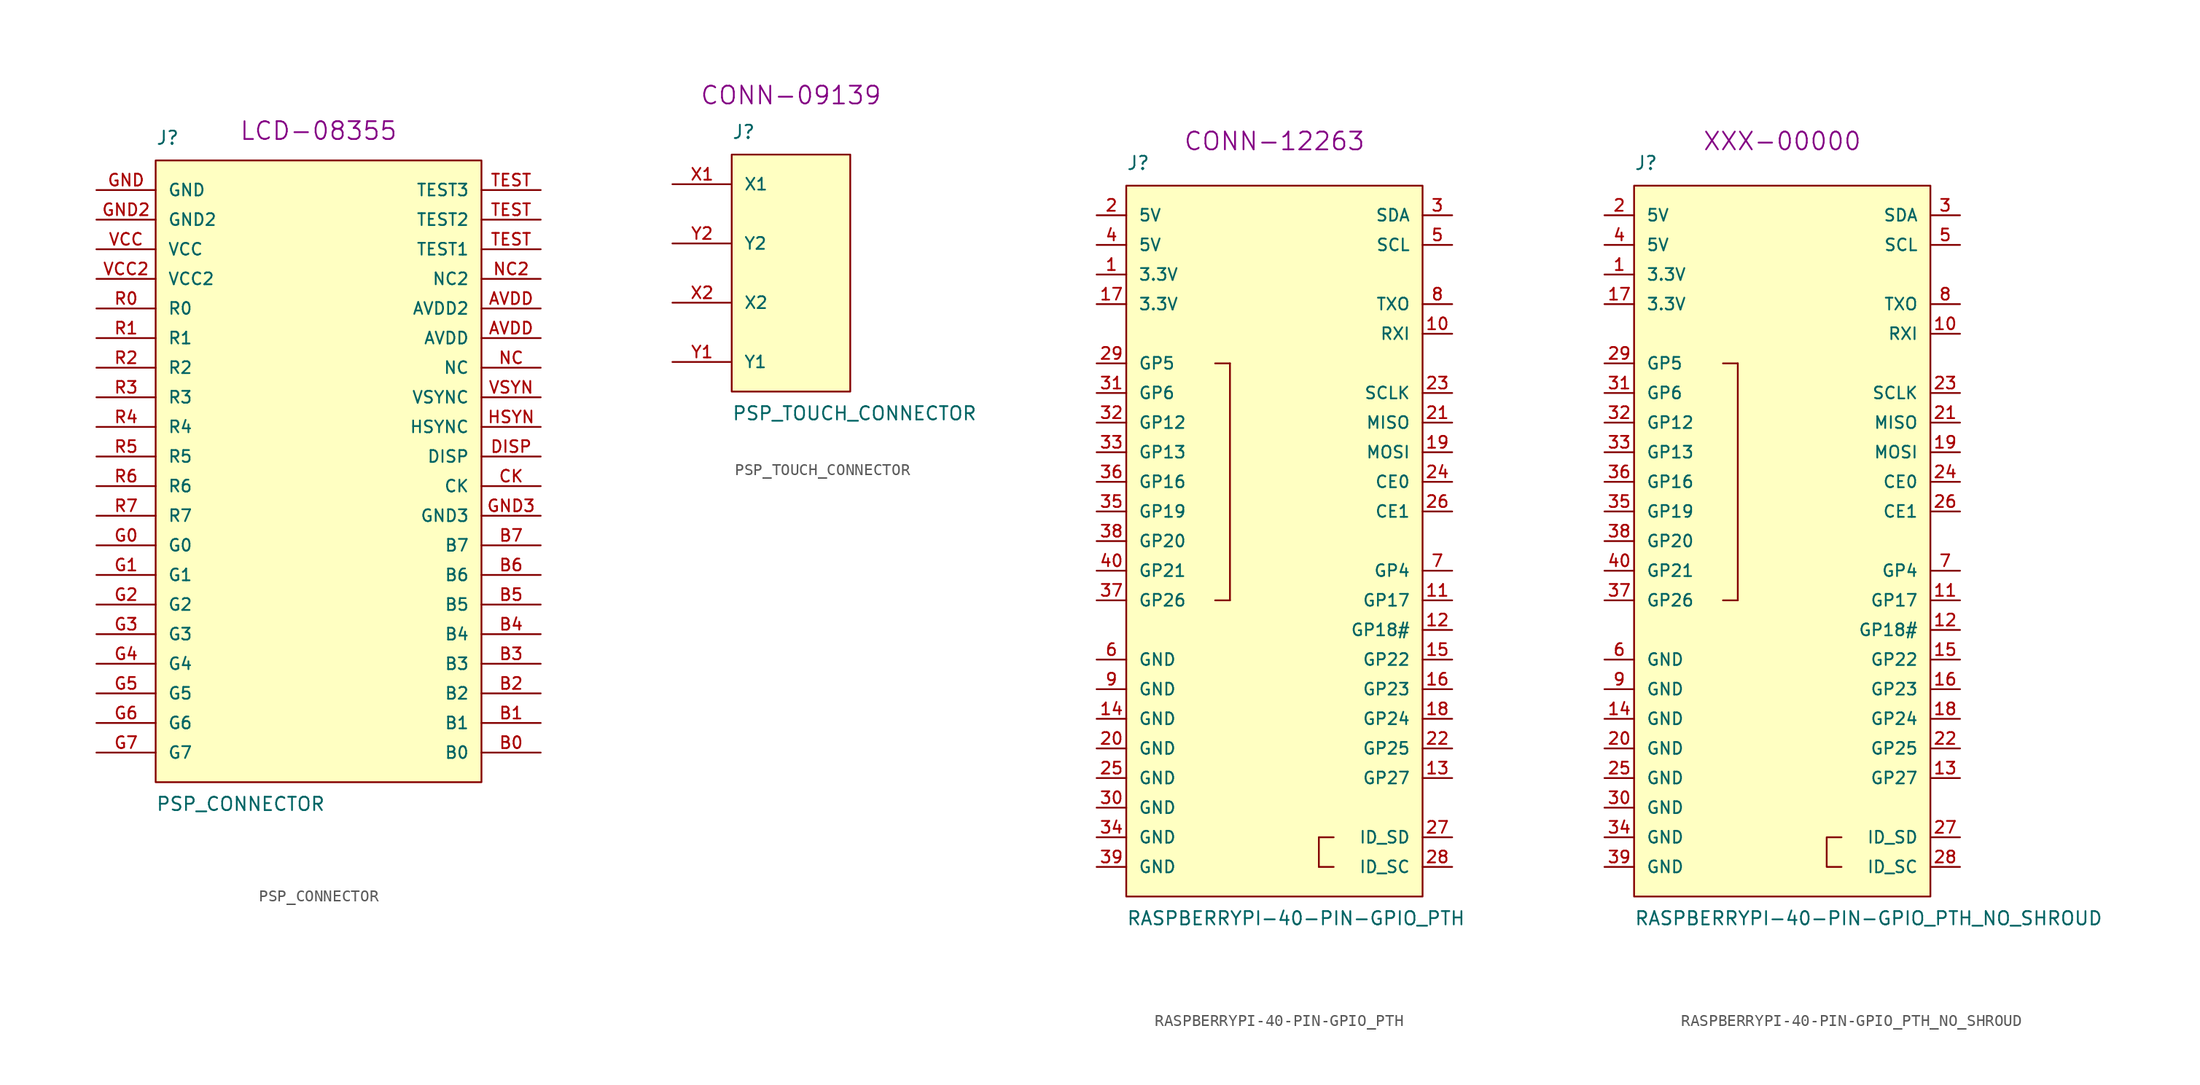
<source format=kicad_sym>
(kicad_symbol_lib
  (version 20201005)
  (generator kicad_symbol_editor)
  (symbol "PSP_CONNECTOR"
    (pin_names
      (offset 1.016))
    (property "Reference" "J"
      (at -13.97 26.67 0)
      (effects (font (size 1.143 1.143)) (justify left bottom)))
    (property "Value" "PSP_CONNECTOR"
      (at -13.97 -30.48 0)
      (effects (font (size 1.143 1.143)) (justify left bottom)))
    (property "Field4" "LCD-08355"
      (at 0 27.94 0)
      (effects (font (size 1.524 1.524))))
    (property "ki_locked" ""
      (at 0 0 0)
      (effects (font (size 1.27 1.27))))
    (symbol "PSP_CONNECTOR_1_1"
      (polyline (pts (xy -13.97 25.4) (xy -13.97 -27.94) (xy 13.97 -27.94) (xy 13.97 25.4) (xy -13.97 25.4)) (stroke (width 0)) (fill (type background)))
      (pin bidirectional line (at 19.05 -25.4 180) (length 5.08) (name "B0" (effects (font (size 1.016 1.016)))) (number "B0" (effects (font (size 1.016 1.016)))))
      (pin bidirectional line (at -19.05 -7.62 0) (length 5.08) (name "G0" (effects (font (size 1.016 1.016)))) (number "G0" (effects (font (size 1.016 1.016)))))
      (pin bidirectional line (at -19.05 12.7 0) (length 5.08) (name "R0" (effects (font (size 1.016 1.016)))) (number "R0" (effects (font (size 1.016 1.016)))))
      (pin bidirectional line (at 19.05 -22.86 180) (length 5.08) (name "B1" (effects (font (size 1.016 1.016)))) (number "B1" (effects (font (size 1.016 1.016)))))
      (pin bidirectional line (at -19.05 -10.16 0) (length 5.08) (name "G1" (effects (font (size 1.016 1.016)))) (number "G1" (effects (font (size 1.016 1.016)))))
      (pin bidirectional line (at -19.05 10.16 0) (length 5.08) (name "R1" (effects (font (size 1.016 1.016)))) (number "R1" (effects (font (size 1.016 1.016)))))
      (pin bidirectional line (at 19.05 -20.32 180) (length 5.08) (name "B2" (effects (font (size 1.016 1.016)))) (number "B2" (effects (font (size 1.016 1.016)))))
      (pin bidirectional line (at -19.05 -12.7 0) (length 5.08) (name "G2" (effects (font (size 1.016 1.016)))) (number "G2" (effects (font (size 1.016 1.016)))))
      (pin bidirectional line (at -19.05 7.62 0) (length 5.08) (name "R2" (effects (font (size 1.016 1.016)))) (number "R2" (effects (font (size 1.016 1.016)))))
      (pin bidirectional line (at 19.05 -17.78 180) (length 5.08) (name "B3" (effects (font (size 1.016 1.016)))) (number "B3" (effects (font (size 1.016 1.016)))))
      (pin bidirectional line (at -19.05 -15.24 0) (length 5.08) (name "G3" (effects (font (size 1.016 1.016)))) (number "G3" (effects (font (size 1.016 1.016)))))
      (pin bidirectional line (at -19.05 5.08 0) (length 5.08) (name "R3" (effects (font (size 1.016 1.016)))) (number "R3" (effects (font (size 1.016 1.016)))))
      (pin bidirectional line (at 19.05 -15.24 180) (length 5.08) (name "B4" (effects (font (size 1.016 1.016)))) (number "B4" (effects (font (size 1.016 1.016)))))
      (pin bidirectional line (at -19.05 -17.78 0) (length 5.08) (name "G4" (effects (font (size 1.016 1.016)))) (number "G4" (effects (font (size 1.016 1.016)))))
      (pin bidirectional line (at -19.05 2.54 0) (length 5.08) (name "R4" (effects (font (size 1.016 1.016)))) (number "R4" (effects (font (size 1.016 1.016)))))
      (pin bidirectional line (at 19.05 -12.7 180) (length 5.08) (name "B5" (effects (font (size 1.016 1.016)))) (number "B5" (effects (font (size 1.016 1.016)))))
      (pin bidirectional line (at -19.05 -20.32 0) (length 5.08) (name "G5" (effects (font (size 1.016 1.016)))) (number "G5" (effects (font (size 1.016 1.016)))))
      (pin bidirectional line (at -19.05 0 0) (length 5.08) (name "R5" (effects (font (size 1.016 1.016)))) (number "R5" (effects (font (size 1.016 1.016)))))
      (pin bidirectional line (at 19.05 -10.16 180) (length 5.08) (name "B6" (effects (font (size 1.016 1.016)))) (number "B6" (effects (font (size 1.016 1.016)))))
      (pin bidirectional line (at -19.05 -22.86 0) (length 5.08) (name "G6" (effects (font (size 1.016 1.016)))) (number "G6" (effects (font (size 1.016 1.016)))))
      (pin bidirectional line (at -19.05 -2.54 0) (length 5.08) (name "R6" (effects (font (size 1.016 1.016)))) (number "R6" (effects (font (size 1.016 1.016)))))
      (pin bidirectional line (at 19.05 -7.62 180) (length 5.08) (name "B7" (effects (font (size 1.016 1.016)))) (number "B7" (effects (font (size 1.016 1.016)))))
      (pin bidirectional line (at -19.05 -25.4 0) (length 5.08) (name "G7" (effects (font (size 1.016 1.016)))) (number "G7" (effects (font (size 1.016 1.016)))))
      (pin bidirectional line (at -19.05 -5.08 0) (length 5.08) (name "R7" (effects (font (size 1.016 1.016)))) (number "R7" (effects (font (size 1.016 1.016)))))
      (pin bidirectional line (at 19.05 7.62 180) (length 5.08) (name "NC" (effects (font (size 1.016 1.016)))) (number "NC" (effects (font (size 1.016 1.016)))))
      (pin bidirectional line (at 19.05 -2.54 180) (length 5.08) (name "CK" (effects (font (size 1.016 1.016)))) (number "CK" (effects (font (size 1.016 1.016)))))
      (pin bidirectional line (at 19.05 15.24 180) (length 5.08) (name "NC2" (effects (font (size 1.016 1.016)))) (number "NC2" (effects (font (size 1.016 1.016)))))
      (pin bidirectional line (at -19.05 17.78 0) (length 5.08) (name "VCC" (effects (font (size 1.016 1.016)))) (number "VCC" (effects (font (size 1.016 1.016)))))
      (pin bidirectional line (at -19.05 22.86 0) (length 5.08) (name "GND" (effects (font (size 1.016 1.016)))) (number "GND" (effects (font (size 1.016 1.016)))))
      (pin bidirectional line (at -19.05 15.24 0) (length 5.08) (name "VCC2" (effects (font (size 1.016 1.016)))) (number "VCC2" (effects (font (size 1.016 1.016)))))
      (pin bidirectional line (at -19.05 20.32 0) (length 5.08) (name "GND2" (effects (font (size 1.016 1.016)))) (number "GND2" (effects (font (size 1.016 1.016)))))
      (pin bidirectional line (at 19.05 -5.08 180) (length 5.08) (name "GND3" (effects (font (size 1.016 1.016)))) (number "GND3" (effects (font (size 1.016 1.016)))))
      (pin bidirectional line (at 19.05 10.16 180) (length 5.08) (name "AVDD" (effects (font (size 1.016 1.016)))) (number "AVDD" (effects (font (size 1.016 1.016)))))
      (pin bidirectional line (at 19.05 12.7 180) (length 5.08) (name "AVDD2" (effects (font (size 1.016 1.016)))) (number "AVDD" (effects (font (size 1.016 1.016)))))
      (pin bidirectional line (at 19.05 2.54 180) (length 5.08) (name "HSYNC" (effects (font (size 1.016 1.016)))) (number "HSYN" (effects (font (size 1.016 1.016)))))
      (pin bidirectional line (at 19.05 5.08 180) (length 5.08) (name "VSYNC" (effects (font (size 1.016 1.016)))) (number "VSYN" (effects (font (size 1.016 1.016)))))
      (pin bidirectional line (at 19.05 0 180) (length 5.08) (name "DISP" (effects (font (size 1.016 1.016)))) (number "DISP" (effects (font (size 1.016 1.016)))))
      (pin bidirectional line (at 19.05 17.78 180) (length 5.08) (name "TEST1" (effects (font (size 1.016 1.016)))) (number "TEST" (effects (font (size 1.016 1.016)))))
      (pin bidirectional line (at 19.05 20.32 180) (length 5.08) (name "TEST2" (effects (font (size 1.016 1.016)))) (number "TEST" (effects (font (size 1.016 1.016)))))
      (pin bidirectional line (at 19.05 22.86 180) (length 5.08) (name "TEST3" (effects (font (size 1.016 1.016)))) (number "TEST" (effects (font (size 1.016 1.016)))))))
  (symbol "PSP_TOUCH_CONNECTOR"
    (pin_names
      (offset 1.016))
    (property "Reference" "J"
      (at -5.08 11.43 0)
      (effects (font (size 1.143 1.143)) (justify left bottom)))
    (property "Value" "PSP_TOUCH_CONNECTOR"
      (at -5.08 -12.7 0)
      (effects (font (size 1.143 1.143)) (justify left bottom)))
    (property "Field4" "CONN-09139"
      (at 0 15.24 0)
      (effects (font (size 1.524 1.524))))
    (property "ki_locked" ""
      (at 0 0 0)
      (effects (font (size 1.27 1.27))))
    (symbol "PSP_TOUCH_CONNECTOR_1_1"
      (polyline (pts (xy -5.08 -10.16) (xy 5.08 -10.16) (xy 5.08 10.16) (xy -5.08 10.16) (xy -5.08 -10.16)) (stroke (width 0)) (fill (type background)))
      (pin bidirectional line (at -10.16 7.62 0) (length 5.08) (name "X1" (effects (font (size 1.016 1.016)))) (number "X1" (effects (font (size 1.016 1.016)))))
      (pin bidirectional line (at -10.16 -7.62 0) (length 5.08) (name "Y1" (effects (font (size 1.016 1.016)))) (number "Y1" (effects (font (size 1.016 1.016)))))
      (pin bidirectional line (at -10.16 -2.54 0) (length 5.08) (name "X2" (effects (font (size 1.016 1.016)))) (number "X2" (effects (font (size 1.016 1.016)))))
      (pin bidirectional line (at -10.16 2.54 0) (length 5.08) (name "Y2" (effects (font (size 1.016 1.016)))) (number "Y2" (effects (font (size 1.016 1.016)))))))
  (symbol "RASPBERRYPI-40-PIN-GPIO_PTH"
    (pin_names
      (offset 1.016))
    (property "Reference" "J"
      (at -12.7 31.75 0)
      (effects (font (size 1.143 1.143)) (justify left bottom)))
    (property "Value" "RASPBERRYPI-40-PIN-GPIO_PTH"
      (at -12.7 -33.02 0)
      (effects (font (size 1.143 1.143)) (justify left bottom)))
    (property "Field4" "CONN-12263"
      (at 0 34.29 0)
      (effects (font (size 1.524 1.524))))
    (property "ki_locked" ""
      (at 0 0 0)
      (effects (font (size 1.27 1.27))))
    (symbol "RASPBERRYPI-40-PIN-GPIO_PTH_0_1"
      (polyline (pts (xy -3.81 -5.08) (xy -5.08 -5.08)) (stroke (width 0)) (fill (type none)))
      (polyline (pts (xy -3.81 15.24) (xy -5.08 15.24)) (stroke (width 0)) (fill (type none)))
      (polyline (pts (xy 3.81 -27.94) (xy 5.08 -27.94)) (stroke (width 0)) (fill (type none)))
      (polyline (pts (xy 3.81 -25.4) (xy 3.81 -27.94)) (stroke (width 0)) (fill (type none)))
      (polyline (pts (xy 3.81 -25.4) (xy 5.08 -25.4)) (stroke (width 0)) (fill (type none))))
    (symbol "RASPBERRYPI-40-PIN-GPIO_PTH_1_0"
      (polyline (pts (xy -3.81 15.24) (xy -3.81 -5.08)) (stroke (width 0)) (fill (type none))))
    (symbol "RASPBERRYPI-40-PIN-GPIO_PTH_1_1"
      (polyline (pts (xy -12.7 30.48) (xy 12.7 30.48) (xy 12.7 -30.48) (xy -12.7 -30.48) (xy -12.7 30.48)) (stroke (width 0)) (fill (type background)))
      (pin power_in line (at -15.24 22.86 0) (length 2.54) (name "3.3V" (effects (font (size 1.016 1.016)))) (number "1" (effects (font (size 1.016 1.016)))))
      (pin power_in line (at -15.24 27.94 0) (length 2.54) (name "5V" (effects (font (size 1.016 1.016)))) (number "2" (effects (font (size 1.016 1.016)))))
      (pin bidirectional line (at 15.24 27.94 180) (length 2.54) (name "SDA" (effects (font (size 1.016 1.016)))) (number "3" (effects (font (size 1.016 1.016)))))
      (pin power_in line (at -15.24 25.4 0) (length 2.54) (name "5V" (effects (font (size 1.016 1.016)))) (number "4" (effects (font (size 1.016 1.016)))))
      (pin bidirectional line (at 15.24 25.4 180) (length 2.54) (name "SCL" (effects (font (size 1.016 1.016)))) (number "5" (effects (font (size 1.016 1.016)))))
      (pin power_in line (at -15.24 -10.16 0) (length 2.54) (name "GND" (effects (font (size 1.016 1.016)))) (number "6" (effects (font (size 1.016 1.016)))))
      (pin bidirectional line (at 15.24 -2.54 180) (length 2.54) (name "GP4" (effects (font (size 1.016 1.016)))) (number "7" (effects (font (size 1.016 1.016)))))
      (pin output line (at 15.24 20.32 180) (length 2.54) (name "TXO" (effects (font (size 1.016 1.016)))) (number "8" (effects (font (size 1.016 1.016)))))
      (pin power_in line (at -15.24 -12.7 0) (length 2.54) (name "GND" (effects (font (size 1.016 1.016)))) (number "9" (effects (font (size 1.016 1.016)))))
      (pin input line (at 15.24 17.78 180) (length 2.54) (name "RXI" (effects (font (size 1.016 1.016)))) (number "10" (effects (font (size 1.016 1.016)))))
      (pin power_in line (at -15.24 -17.78 0) (length 2.54) (name "GND" (effects (font (size 1.016 1.016)))) (number "20" (effects (font (size 1.016 1.016)))))
      (pin power_in line (at -15.24 -22.86 0) (length 2.54) (name "GND" (effects (font (size 1.016 1.016)))) (number "30" (effects (font (size 1.016 1.016)))))
      (pin bidirectional line (at -15.24 -2.54 0) (length 2.54) (name "GP21" (effects (font (size 1.016 1.016)))) (number "40" (effects (font (size 1.016 1.016)))))
      (pin bidirectional line (at 15.24 -5.08 180) (length 2.54) (name "GP17" (effects (font (size 1.016 1.016)))) (number "11" (effects (font (size 1.016 1.016)))))
      (pin input line (at 15.24 10.16 180) (length 2.54) (name "MISO" (effects (font (size 1.016 1.016)))) (number "21" (effects (font (size 1.016 1.016)))))
      (pin bidirectional line (at -15.24 12.7 0) (length 2.54) (name "GP6" (effects (font (size 1.016 1.016)))) (number "31" (effects (font (size 1.016 1.016)))))
      (pin bidirectional line (at 15.24 -7.62 180) (length 2.54) (name "GP18#" (effects (font (size 1.016 1.016)))) (number "12" (effects (font (size 1.016 1.016)))))
      (pin bidirectional line (at 15.24 -17.78 180) (length 2.54) (name "GP25" (effects (font (size 1.016 1.016)))) (number "22" (effects (font (size 1.016 1.016)))))
      (pin bidirectional line (at -15.24 10.16 0) (length 2.54) (name "GP12" (effects (font (size 1.016 1.016)))) (number "32" (effects (font (size 1.016 1.016)))))
      (pin bidirectional line (at 15.24 -20.32 180) (length 2.54) (name "GP27" (effects (font (size 1.016 1.016)))) (number "13" (effects (font (size 1.016 1.016)))))
      (pin output line (at 15.24 12.7 180) (length 2.54) (name "SCLK" (effects (font (size 1.016 1.016)))) (number "23" (effects (font (size 1.016 1.016)))))
      (pin bidirectional line (at -15.24 7.62 0) (length 2.54) (name "GP13" (effects (font (size 1.016 1.016)))) (number "33" (effects (font (size 1.016 1.016)))))
      (pin power_in line (at -15.24 -15.24 0) (length 2.54) (name "GND" (effects (font (size 1.016 1.016)))) (number "14" (effects (font (size 1.016 1.016)))))
      (pin output line (at 15.24 5.08 180) (length 2.54) (name "CE0" (effects (font (size 1.016 1.016)))) (number "24" (effects (font (size 1.016 1.016)))))
      (pin power_in line (at -15.24 -25.4 0) (length 2.54) (name "GND" (effects (font (size 1.016 1.016)))) (number "34" (effects (font (size 1.016 1.016)))))
      (pin bidirectional line (at 15.24 -10.16 180) (length 2.54) (name "GP22" (effects (font (size 1.016 1.016)))) (number "15" (effects (font (size 1.016 1.016)))))
      (pin power_in line (at -15.24 -20.32 0) (length 2.54) (name "GND" (effects (font (size 1.016 1.016)))) (number "25" (effects (font (size 1.016 1.016)))))
      (pin bidirectional line (at -15.24 2.54 0) (length 2.54) (name "GP19" (effects (font (size 1.016 1.016)))) (number "35" (effects (font (size 1.016 1.016)))))
      (pin bidirectional line (at 15.24 -12.7 180) (length 2.54) (name "GP23" (effects (font (size 1.016 1.016)))) (number "16" (effects (font (size 1.016 1.016)))))
      (pin output line (at 15.24 2.54 180) (length 2.54) (name "CE1" (effects (font (size 1.016 1.016)))) (number "26" (effects (font (size 1.016 1.016)))))
      (pin bidirectional line (at -15.24 5.08 0) (length 2.54) (name "GP16" (effects (font (size 1.016 1.016)))) (number "36" (effects (font (size 1.016 1.016)))))
      (pin power_in line (at -15.24 20.32 0) (length 2.54) (name "3.3V" (effects (font (size 1.016 1.016)))) (number "17" (effects (font (size 1.016 1.016)))))
      (pin bidirectional line (at 15.24 -25.4 180) (length 2.54) (name "ID_SD" (effects (font (size 1.016 1.016)))) (number "27" (effects (font (size 1.016 1.016)))))
      (pin bidirectional line (at -15.24 -5.08 0) (length 2.54) (name "GP26" (effects (font (size 1.016 1.016)))) (number "37" (effects (font (size 1.016 1.016)))))
      (pin bidirectional line (at 15.24 -15.24 180) (length 2.54) (name "GP24" (effects (font (size 1.016 1.016)))) (number "18" (effects (font (size 1.016 1.016)))))
      (pin bidirectional line (at 15.24 -27.94 180) (length 2.54) (name "ID_SC" (effects (font (size 1.016 1.016)))) (number "28" (effects (font (size 1.016 1.016)))))
      (pin bidirectional line (at -15.24 0 0) (length 2.54) (name "GP20" (effects (font (size 1.016 1.016)))) (number "38" (effects (font (size 1.016 1.016)))))
      (pin output line (at 15.24 7.62 180) (length 2.54) (name "MOSI" (effects (font (size 1.016 1.016)))) (number "19" (effects (font (size 1.016 1.016)))))
      (pin bidirectional line (at -15.24 15.24 0) (length 2.54) (name "GP5" (effects (font (size 1.016 1.016)))) (number "29" (effects (font (size 1.016 1.016)))))
      (pin power_in line (at -15.24 -27.94 0) (length 2.54) (name "GND" (effects (font (size 1.016 1.016)))) (number "39" (effects (font (size 1.016 1.016)))))))
  (symbol "RASPBERRYPI-40-PIN-GPIO_PTH_NO_SHROUD"
    (pin_names
      (offset 1.016))
    (property "Reference" "J"
      (at -12.7 31.75 0)
      (effects (font (size 1.143 1.143)) (justify left bottom)))
    (property "Value" "RASPBERRYPI-40-PIN-GPIO_PTH_NO_SHROUD"
      (at -12.7 -33.02 0)
      (effects (font (size 1.143 1.143)) (justify left bottom)))
    (property "Field4" "XXX-00000"
      (at 0 34.29 0)
      (effects (font (size 1.524 1.524))))
    (property "ki_locked" ""
      (at 0 0 0)
      (effects (font (size 1.27 1.27))))
    (symbol "RASPBERRYPI-40-PIN-GPIO_PTH_NO_SHROUD_0_1"
      (polyline (pts (xy -3.81 -5.08) (xy -5.08 -5.08)) (stroke (width 0)) (fill (type none)))
      (polyline (pts (xy -3.81 15.24) (xy -5.08 15.24)) (stroke (width 0)) (fill (type none)))
      (polyline (pts (xy 5.08 -25.4) (xy 3.81 -25.4) (xy 3.81 -27.94) (xy 5.08 -27.94)) (stroke (width 0)) (fill (type none))))
    (symbol "RASPBERRYPI-40-PIN-GPIO_PTH_NO_SHROUD_1_0"
      (polyline (pts (xy -3.81 15.24) (xy -3.81 -5.08)) (stroke (width 0)) (fill (type none))))
    (symbol "RASPBERRYPI-40-PIN-GPIO_PTH_NO_SHROUD_1_1"
      (polyline (pts (xy -12.7 30.48) (xy 12.7 30.48) (xy 12.7 -30.48) (xy -12.7 -30.48) (xy -12.7 30.48)) (stroke (width 0)) (fill (type background)))
      (pin power_in line (at -15.24 22.86 0) (length 2.54) (name "3.3V" (effects (font (size 1.016 1.016)))) (number "1" (effects (font (size 1.016 1.016)))))
      (pin power_in line (at -15.24 27.94 0) (length 2.54) (name "5V" (effects (font (size 1.016 1.016)))) (number "2" (effects (font (size 1.016 1.016)))))
      (pin bidirectional line (at 15.24 27.94 180) (length 2.54) (name "SDA" (effects (font (size 1.016 1.016)))) (number "3" (effects (font (size 1.016 1.016)))))
      (pin power_in line (at -15.24 25.4 0) (length 2.54) (name "5V" (effects (font (size 1.016 1.016)))) (number "4" (effects (font (size 1.016 1.016)))))
      (pin bidirectional line (at 15.24 25.4 180) (length 2.54) (name "SCL" (effects (font (size 1.016 1.016)))) (number "5" (effects (font (size 1.016 1.016)))))
      (pin power_in line (at -15.24 -10.16 0) (length 2.54) (name "GND" (effects (font (size 1.016 1.016)))) (number "6" (effects (font (size 1.016 1.016)))))
      (pin bidirectional line (at 15.24 -2.54 180) (length 2.54) (name "GP4" (effects (font (size 1.016 1.016)))) (number "7" (effects (font (size 1.016 1.016)))))
      (pin output line (at 15.24 20.32 180) (length 2.54) (name "TXO" (effects (font (size 1.016 1.016)))) (number "8" (effects (font (size 1.016 1.016)))))
      (pin power_in line (at -15.24 -12.7 0) (length 2.54) (name "GND" (effects (font (size 1.016 1.016)))) (number "9" (effects (font (size 1.016 1.016)))))
      (pin input line (at 15.24 17.78 180) (length 2.54) (name "RXI" (effects (font (size 1.016 1.016)))) (number "10" (effects (font (size 1.016 1.016)))))
      (pin power_in line (at -15.24 -17.78 0) (length 2.54) (name "GND" (effects (font (size 1.016 1.016)))) (number "20" (effects (font (size 1.016 1.016)))))
      (pin power_in line (at -15.24 -22.86 0) (length 2.54) (name "GND" (effects (font (size 1.016 1.016)))) (number "30" (effects (font (size 1.016 1.016)))))
      (pin bidirectional line (at -15.24 -2.54 0) (length 2.54) (name "GP21" (effects (font (size 1.016 1.016)))) (number "40" (effects (font (size 1.016 1.016)))))
      (pin bidirectional line (at 15.24 -5.08 180) (length 2.54) (name "GP17" (effects (font (size 1.016 1.016)))) (number "11" (effects (font (size 1.016 1.016)))))
      (pin input line (at 15.24 10.16 180) (length 2.54) (name "MISO" (effects (font (size 1.016 1.016)))) (number "21" (effects (font (size 1.016 1.016)))))
      (pin bidirectional line (at -15.24 12.7 0) (length 2.54) (name "GP6" (effects (font (size 1.016 1.016)))) (number "31" (effects (font (size 1.016 1.016)))))
      (pin bidirectional line (at 15.24 -7.62 180) (length 2.54) (name "GP18#" (effects (font (size 1.016 1.016)))) (number "12" (effects (font (size 1.016 1.016)))))
      (pin bidirectional line (at 15.24 -17.78 180) (length 2.54) (name "GP25" (effects (font (size 1.016 1.016)))) (number "22" (effects (font (size 1.016 1.016)))))
      (pin bidirectional line (at -15.24 10.16 0) (length 2.54) (name "GP12" (effects (font (size 1.016 1.016)))) (number "32" (effects (font (size 1.016 1.016)))))
      (pin bidirectional line (at 15.24 -20.32 180) (length 2.54) (name "GP27" (effects (font (size 1.016 1.016)))) (number "13" (effects (font (size 1.016 1.016)))))
      (pin output line (at 15.24 12.7 180) (length 2.54) (name "SCLK" (effects (font (size 1.016 1.016)))) (number "23" (effects (font (size 1.016 1.016)))))
      (pin bidirectional line (at -15.24 7.62 0) (length 2.54) (name "GP13" (effects (font (size 1.016 1.016)))) (number "33" (effects (font (size 1.016 1.016)))))
      (pin power_in line (at -15.24 -15.24 0) (length 2.54) (name "GND" (effects (font (size 1.016 1.016)))) (number "14" (effects (font (size 1.016 1.016)))))
      (pin output line (at 15.24 5.08 180) (length 2.54) (name "CE0" (effects (font (size 1.016 1.016)))) (number "24" (effects (font (size 1.016 1.016)))))
      (pin power_in line (at -15.24 -25.4 0) (length 2.54) (name "GND" (effects (font (size 1.016 1.016)))) (number "34" (effects (font (size 1.016 1.016)))))
      (pin bidirectional line (at 15.24 -10.16 180) (length 2.54) (name "GP22" (effects (font (size 1.016 1.016)))) (number "15" (effects (font (size 1.016 1.016)))))
      (pin power_in line (at -15.24 -20.32 0) (length 2.54) (name "GND" (effects (font (size 1.016 1.016)))) (number "25" (effects (font (size 1.016 1.016)))))
      (pin bidirectional line (at -15.24 2.54 0) (length 2.54) (name "GP19" (effects (font (size 1.016 1.016)))) (number "35" (effects (font (size 1.016 1.016)))))
      (pin bidirectional line (at 15.24 -12.7 180) (length 2.54) (name "GP23" (effects (font (size 1.016 1.016)))) (number "16" (effects (font (size 1.016 1.016)))))
      (pin output line (at 15.24 2.54 180) (length 2.54) (name "CE1" (effects (font (size 1.016 1.016)))) (number "26" (effects (font (size 1.016 1.016)))))
      (pin bidirectional line (at -15.24 5.08 0) (length 2.54) (name "GP16" (effects (font (size 1.016 1.016)))) (number "36" (effects (font (size 1.016 1.016)))))
      (pin power_in line (at -15.24 20.32 0) (length 2.54) (name "3.3V" (effects (font (size 1.016 1.016)))) (number "17" (effects (font (size 1.016 1.016)))))
      (pin bidirectional line (at 15.24 -25.4 180) (length 2.54) (name "ID_SD" (effects (font (size 1.016 1.016)))) (number "27" (effects (font (size 1.016 1.016)))))
      (pin bidirectional line (at -15.24 -5.08 0) (length 2.54) (name "GP26" (effects (font (size 1.016 1.016)))) (number "37" (effects (font (size 1.016 1.016)))))
      (pin bidirectional line (at 15.24 -15.24 180) (length 2.54) (name "GP24" (effects (font (size 1.016 1.016)))) (number "18" (effects (font (size 1.016 1.016)))))
      (pin bidirectional line (at 15.24 -27.94 180) (length 2.54) (name "ID_SC" (effects (font (size 1.016 1.016)))) (number "28" (effects (font (size 1.016 1.016)))))
      (pin bidirectional line (at -15.24 0 0) (length 2.54) (name "GP20" (effects (font (size 1.016 1.016)))) (number "38" (effects (font (size 1.016 1.016)))))
      (pin output line (at 15.24 7.62 180) (length 2.54) (name "MOSI" (effects (font (size 1.016 1.016)))) (number "19" (effects (font (size 1.016 1.016)))))
      (pin bidirectional line (at -15.24 15.24 0) (length 2.54) (name "GP5" (effects (font (size 1.016 1.016)))) (number "29" (effects (font (size 1.016 1.016)))))
      (pin power_in line (at -15.24 -27.94 0) (length 2.54) (name "GND" (effects (font (size 1.016 1.016)))) (number "39" (effects (font (size 1.016 1.016))))))))
</source>
